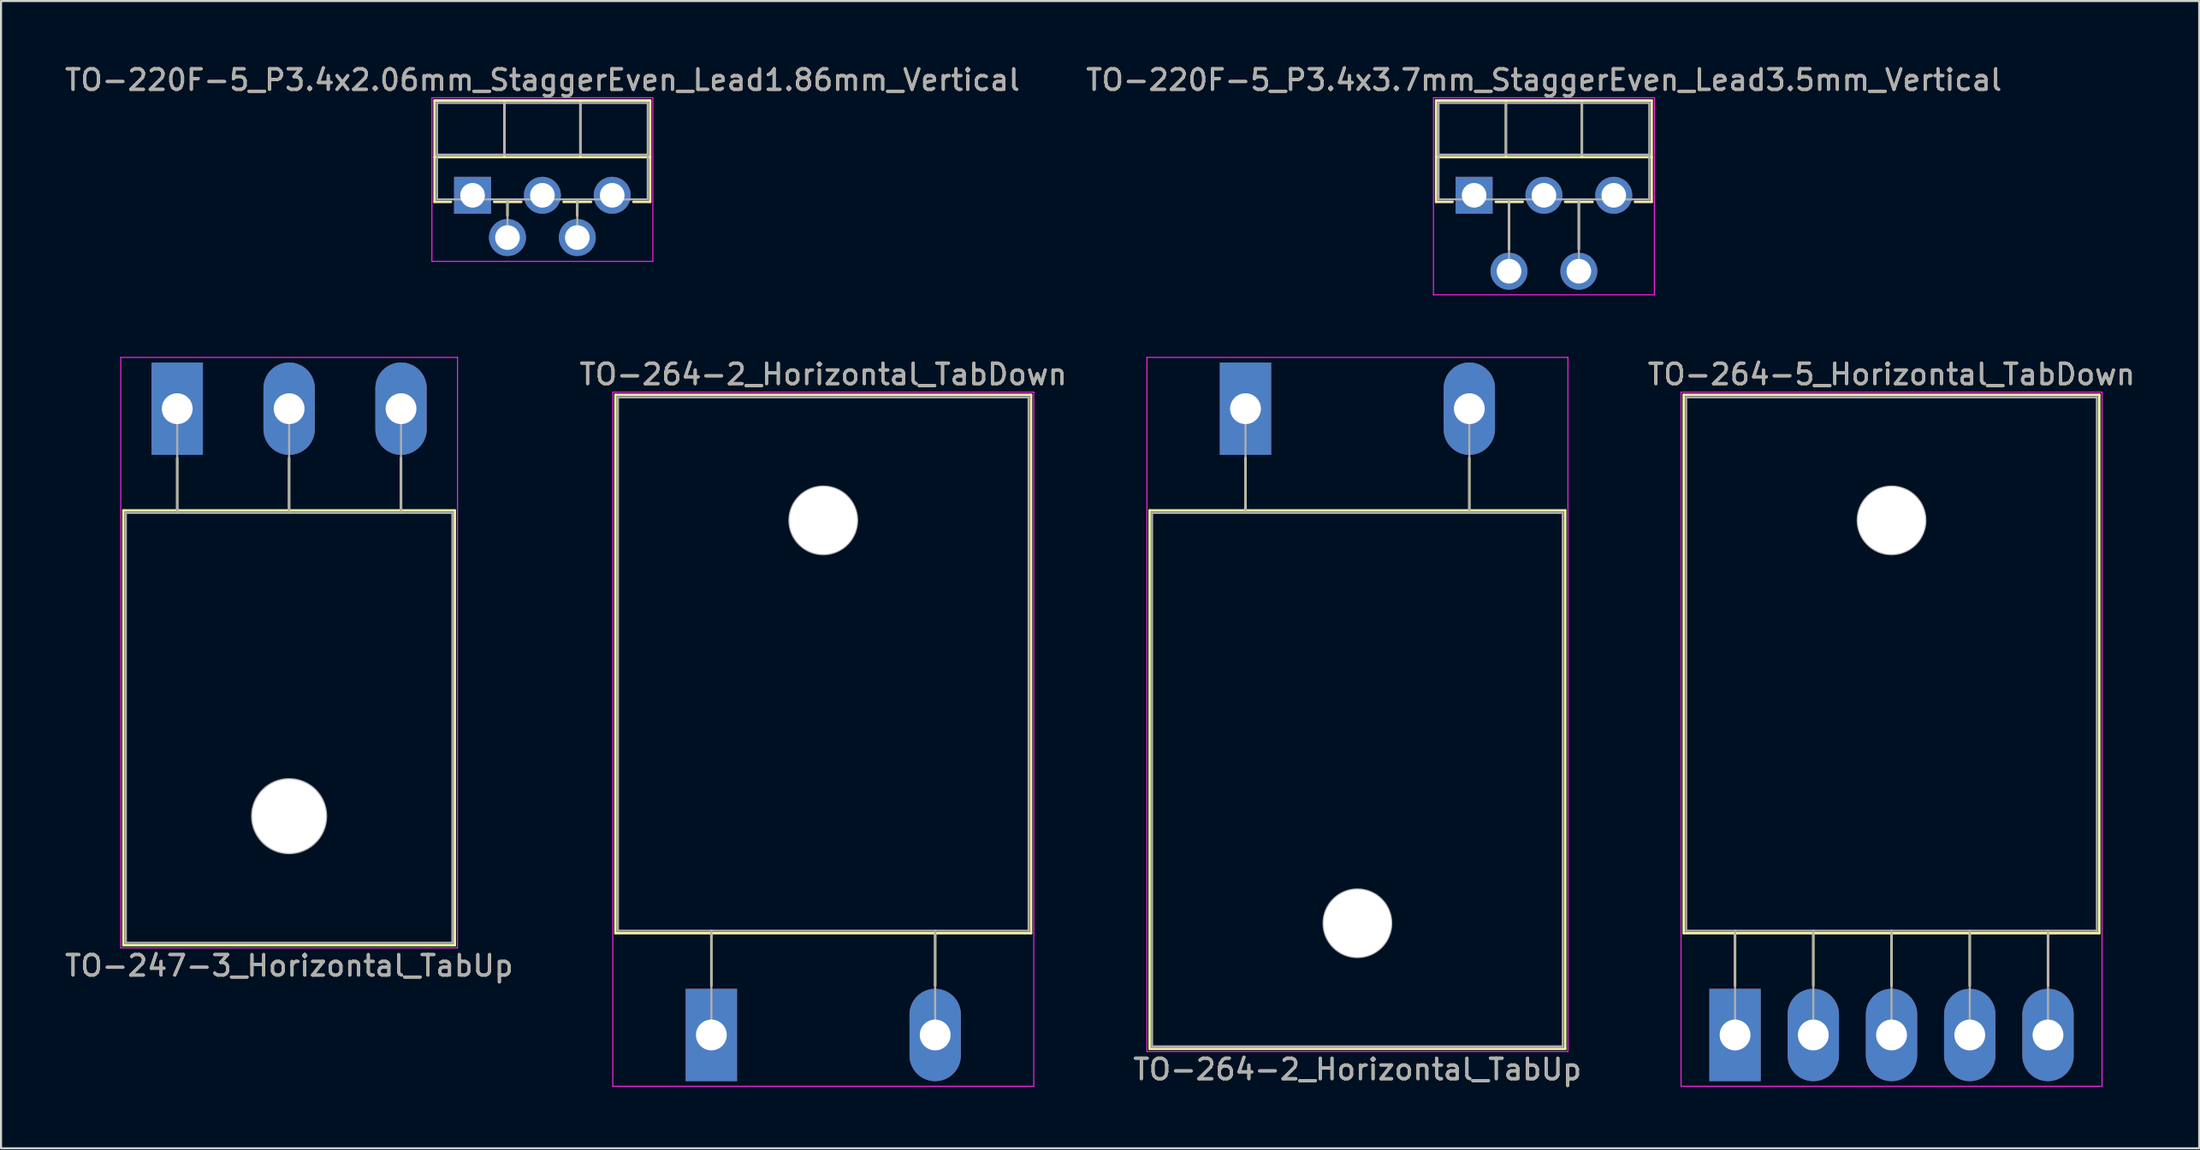
<source format=kicad_pcb>
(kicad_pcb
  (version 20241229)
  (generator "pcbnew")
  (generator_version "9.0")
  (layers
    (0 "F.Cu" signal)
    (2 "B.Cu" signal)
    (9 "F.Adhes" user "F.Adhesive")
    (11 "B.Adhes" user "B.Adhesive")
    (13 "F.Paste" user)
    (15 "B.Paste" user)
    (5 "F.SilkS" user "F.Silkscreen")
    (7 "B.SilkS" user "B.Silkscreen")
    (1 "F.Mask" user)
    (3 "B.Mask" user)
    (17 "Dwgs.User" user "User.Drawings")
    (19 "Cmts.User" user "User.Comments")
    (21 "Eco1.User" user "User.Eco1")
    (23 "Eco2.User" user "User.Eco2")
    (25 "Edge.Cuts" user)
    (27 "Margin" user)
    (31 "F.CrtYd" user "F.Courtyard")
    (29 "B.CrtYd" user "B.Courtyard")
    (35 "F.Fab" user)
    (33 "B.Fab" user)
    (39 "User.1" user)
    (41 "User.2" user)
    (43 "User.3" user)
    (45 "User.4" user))
  (footprint "TO-264-5_Horizontal_TabDown"
    (layer "F.Cu")
    (at 81.445 47.392)
    (property "Reference" "TO-264-5_Horizontal_TabDown" (at 7.62 -32.2 0) (layer "F.SilkS") (effects (font (size 1 1) (thickness 0.15))))
    (attr through_hole)
    (fp_line (start -2.5 -31.2) (end -2.5 -4.96) (stroke (width 0.12) (type solid)) (layer "F.SilkS"))
    (fp_line (start -2.5 -31.2) (end 17.74 -31.2) (stroke (width 0.12) (type solid)) (layer "F.SilkS"))
    (fp_line (start -2.5 -4.96) (end 17.74 -4.96) (stroke (width 0.12) (type solid)) (layer "F.SilkS"))
    (fp_line (start 0 -4.96) (end 0 -2.4) (stroke (width 0.12) (type solid)) (layer "F.SilkS"))
    (fp_line (start 3.81 -4.96) (end 3.81 -2.4) (stroke (width 0.12) (type solid)) (layer "F.SilkS"))
    (fp_line (start 7.62 -4.96) (end 7.62 -2.4) (stroke (width 0.12) (type solid)) (layer "F.SilkS"))
    (fp_line (start 11.43 -4.96) (end 11.43 -2.4) (stroke (width 0.12) (type solid)) (layer "F.SilkS"))
    (fp_line (start 15.24 -4.96) (end 15.24 -2.4) (stroke (width 0.12) (type solid)) (layer "F.SilkS"))
    (fp_line (start 17.74 -31.2) (end 17.74 -4.96) (stroke (width 0.12) (type solid)) (layer "F.SilkS"))
    (fp_line (start -2.63 -31.33) (end -2.63 2.5) (stroke (width 0.05) (type solid)) (layer "F.CrtYd"))
    (fp_line (start -2.63 2.5) (end 17.87 2.5) (stroke (width 0.05) (type solid)) (layer "F.CrtYd"))
    (fp_line (start 17.87 -31.33) (end -2.63 -31.33) (stroke (width 0.05) (type solid)) (layer "F.CrtYd"))
    (fp_line (start 17.87 2.5) (end 17.87 -31.33) (stroke (width 0.05) (type solid)) (layer "F.CrtYd"))
    (fp_line (start -2.38 -31.08) (end 17.62 -31.08) (stroke (width 0.1) (type solid)) (layer "F.Fab"))
    (fp_line (start -2.38 -5.08) (end -2.38 -31.08) (stroke (width 0.1) (type solid)) (layer "F.Fab"))
    (fp_line (start 0 -5.08) (end 0 0) (stroke (width 0.1) (type solid)) (layer "F.Fab"))
    (fp_line (start 3.81 -5.08) (end 3.81 0) (stroke (width 0.1) (type solid)) (layer "F.Fab"))
    (fp_line (start 7.62 -5.08) (end 7.62 0) (stroke (width 0.1) (type solid)) (layer "F.Fab"))
    (fp_line (start 11.43 -5.08) (end 11.43 0) (stroke (width 0.1) (type solid)) (layer "F.Fab"))
    (fp_line (start 15.24 -5.08) (end 15.24 0) (stroke (width 0.1) (type solid)) (layer "F.Fab"))
    (fp_line (start 17.62 -31.08) (end 17.62 -5.08) (stroke (width 0.1) (type solid)) (layer "F.Fab"))
    (fp_line (start 17.62 -5.08) (end -2.38 -5.08) (stroke (width 0.1) (type solid)) (layer "F.Fab"))
    (fp_circle (center 7.62 -25.08) (end 9.27 -25.08) (stroke (width 0.1) (type solid)) (fill no) (layer "F.Fab"))
    (fp_text user "${REFERENCE}" (at 7.62 -32.2 0) (layer "F.Fab") (effects (font (size 1 1) (thickness 0.15))))
    (pad "" np_thru_hole oval (at 7.62 -25.08) (size 3.3 3.3) (drill 3.3) (layers "*.Cu" "*.Mask"))
    (pad "1" thru_hole rect (at 0 0) (size 2.5 4.5) (drill 1.5) (layers "*.Cu" "*.Mask"))
    (pad "2" thru_hole oval (at 3.81 0) (size 2.5 4.5) (drill 1.5) (layers "*.Cu" "*.Mask"))
    (pad "3" thru_hole oval (at 7.62 0) (size 2.5 4.5) (drill 1.5) (layers "*.Cu" "*.Mask"))
    (pad "4" thru_hole oval (at 11.43 0) (size 2.5 4.5) (drill 1.5) (layers "*.Cu" "*.Mask"))
    (pad "5" thru_hole oval (at 15.24 0) (size 2.5 4.5) (drill 1.5) (layers "*.Cu" "*.Mask")))
  (footprint "TO-247-3_Horizontal_TabUp"
    (layer "F.Cu")
    (at 5.58 16.868)
    (property "Reference" "TO-247-3_Horizontal_TabUp" (at 5.45 27.15 0) (layer "F.SilkS") (effects (font (size 1 1) (thickness 0.15))))
    (attr through_hole)
    (fp_line (start -2.62 4.96) (end -2.62 26.15) (stroke (width 0.12) (type solid)) (layer "F.SilkS"))
    (fp_line (start -2.62 4.96) (end 13.52 4.96) (stroke (width 0.12) (type solid)) (layer "F.SilkS"))
    (fp_line (start -2.62 26.15) (end 13.52 26.15) (stroke (width 0.12) (type solid)) (layer "F.SilkS"))
    (fp_line (start 0 2.4) (end 0 4.96) (stroke (width 0.12) (type solid)) (layer "F.SilkS"))
    (fp_line (start 5.45 2.4) (end 5.45 4.96) (stroke (width 0.12) (type solid)) (layer "F.SilkS"))
    (fp_line (start 10.9 2.4) (end 10.9 4.96) (stroke (width 0.12) (type solid)) (layer "F.SilkS"))
    (fp_line (start 13.52 4.96) (end 13.52 26.15) (stroke (width 0.12) (type solid)) (layer "F.SilkS"))
    (fp_line (start -2.75 -2.5) (end -2.75 26.28) (stroke (width 0.05) (type solid)) (layer "F.CrtYd"))
    (fp_line (start -2.75 26.28) (end 13.65 26.28) (stroke (width 0.05) (type solid)) (layer "F.CrtYd"))
    (fp_line (start 13.65 -2.5) (end -2.75 -2.5) (stroke (width 0.05) (type solid)) (layer "F.CrtYd"))
    (fp_line (start 13.65 26.28) (end 13.65 -2.5) (stroke (width 0.05) (type solid)) (layer "F.CrtYd"))
    (fp_line (start -2.5 5.08) (end -2.5 26.03) (stroke (width 0.1) (type solid)) (layer "F.Fab"))
    (fp_line (start -2.5 26.03) (end 13.4 26.03) (stroke (width 0.1) (type solid)) (layer "F.Fab"))
    (fp_line (start 0 5.08) (end 0 0) (stroke (width 0.1) (type solid)) (layer "F.Fab"))
    (fp_line (start 5.45 5.08) (end 5.45 0) (stroke (width 0.1) (type solid)) (layer "F.Fab"))
    (fp_line (start 10.9 5.08) (end 10.9 0) (stroke (width 0.1) (type solid)) (layer "F.Fab"))
    (fp_line (start 13.4 5.08) (end -2.5 5.08) (stroke (width 0.1) (type solid)) (layer "F.Fab"))
    (fp_line (start 13.4 26.03) (end 13.4 5.08) (stroke (width 0.1) (type solid)) (layer "F.Fab"))
    (fp_circle (center 5.45 19.86) (end 7.255 19.86) (stroke (width 0.1) (type solid)) (fill no) (layer "F.Fab"))
    (fp_text user "${REFERENCE}" (at 5.45 27.15 0) (layer "F.Fab") (effects (font (size 1 1) (thickness 0.15))))
    (pad "" np_thru_hole oval (at 5.45 19.86) (size 3.6 3.6) (drill 3.6) (layers "*.Cu" "*.Mask"))
    (pad "1" thru_hole rect (at 0 0) (size 2.5 4.5) (drill 1.5) (layers "*.Cu" "*.Mask"))
    (pad "2" thru_hole oval (at 5.45 0) (size 2.5 4.5) (drill 1.5) (layers "*.Cu" "*.Mask"))
    (pad "3" thru_hole oval (at 10.9 0) (size 2.5 4.5) (drill 1.5) (layers "*.Cu" "*.Mask")))
  (footprint "TO-220F-5_P3.4x3.7mm_StaggerEven_Lead3.5mm_Vertical"
    (layer "F.Cu")
    (at 68.737 6.468)
    (property "Reference" "TO-220F-5_P3.4x3.7mm_StaggerEven_Lead3.5mm_Vertical" (at 3.4 -5.62 0) (layer "F.SilkS") (effects (font (size 1 1) (thickness 0.15))))
    (attr through_hole)
    (fp_line (start -1.85 -4.62) (end -1.85 0.321) (stroke (width 0.12) (type solid)) (layer "F.SilkS"))
    (fp_line (start -1.85 -4.62) (end 8.65 -4.62) (stroke (width 0.12) (type solid)) (layer "F.SilkS"))
    (fp_line (start -1.85 -1.861) (end 8.65 -1.861) (stroke (width 0.12) (type solid)) (layer "F.SilkS"))
    (fp_line (start -1.85 0.321) (end -1.05 0.321) (stroke (width 0.12) (type solid)) (layer "F.SilkS"))
    (fp_line (start 1.05 0.321) (end 2.369 0.321) (stroke (width 0.12) (type solid)) (layer "F.SilkS"))
    (fp_line (start 1.55 -4.62) (end 1.55 -1.861) (stroke (width 0.12) (type solid)) (layer "F.SilkS"))
    (fp_line (start 1.7 0.321) (end 1.7 2.635) (stroke (width 0.12) (type solid)) (layer "F.SilkS"))
    (fp_line (start 4.432 0.321) (end 5.769 0.321) (stroke (width 0.12) (type solid)) (layer "F.SilkS"))
    (fp_line (start 5.1 0.321) (end 5.1 2.635) (stroke (width 0.12) (type solid)) (layer "F.SilkS"))
    (fp_line (start 5.25 -4.62) (end 5.25 -1.861) (stroke (width 0.12) (type solid)) (layer "F.SilkS"))
    (fp_line (start 7.832 0.321) (end 8.65 0.321) (stroke (width 0.12) (type solid)) (layer "F.SilkS"))
    (fp_line (start 8.65 -4.62) (end 8.65 0.321) (stroke (width 0.12) (type solid)) (layer "F.SilkS"))
    (fp_line (start -1.98 -4.75) (end -1.98 4.85) (stroke (width 0.05) (type solid)) (layer "F.CrtYd"))
    (fp_line (start -1.98 4.85) (end 8.78 4.85) (stroke (width 0.05) (type solid)) (layer "F.CrtYd"))
    (fp_line (start 8.78 -4.75) (end -1.98 -4.75) (stroke (width 0.05) (type solid)) (layer "F.CrtYd"))
    (fp_line (start 8.78 4.85) (end 8.78 -4.75) (stroke (width 0.05) (type solid)) (layer "F.CrtYd"))
    (fp_line (start -1.73 -4.5) (end -1.73 0.2) (stroke (width 0.1) (type solid)) (layer "F.Fab"))
    (fp_line (start -1.73 -1.98) (end 8.53 -1.98) (stroke (width 0.1) (type solid)) (layer "F.Fab"))
    (fp_line (start -1.73 0.2) (end 8.53 0.2) (stroke (width 0.1) (type solid)) (layer "F.Fab"))
    (fp_line (start 1.55 -4.5) (end 1.55 -1.98) (stroke (width 0.1) (type solid)) (layer "F.Fab"))
    (fp_line (start 1.7 0.2) (end 1.7 3.7) (stroke (width 0.1) (type solid)) (layer "F.Fab"))
    (fp_line (start 5.1 0.2) (end 5.1 3.7) (stroke (width 0.1) (type solid)) (layer "F.Fab"))
    (fp_line (start 5.25 -4.5) (end 5.25 -1.98) (stroke (width 0.1) (type solid)) (layer "F.Fab"))
    (fp_line (start 8.53 -4.5) (end -1.73 -4.5) (stroke (width 0.1) (type solid)) (layer "F.Fab"))
    (fp_line (start 8.53 0.2) (end 8.53 -4.5) (stroke (width 0.1) (type solid)) (layer "F.Fab"))
    (fp_text user "${REFERENCE}" (at 3.4 -5.62 0) (layer "F.Fab") (effects (font (size 1 1) (thickness 0.15))))
    (pad "1" thru_hole rect (at 0 0) (size 1.8 1.8) (drill 1.2) (layers "*.Cu" "*.Mask"))
    (pad "2" thru_hole oval (at 1.7 3.7) (size 1.8 1.8) (drill 1.2) (layers "*.Cu" "*.Mask"))
    (pad "3" thru_hole oval (at 3.4 0) (size 1.8 1.8) (drill 1.2) (layers "*.Cu" "*.Mask"))
    (pad "4" thru_hole oval (at 5.1 3.7) (size 1.8 1.8) (drill 1.2) (layers "*.Cu" "*.Mask"))
    (pad "5" thru_hole oval (at 6.8 0) (size 1.8 1.8) (drill 1.2) (layers "*.Cu" "*.Mask")))
  (footprint "TO-220F-5_P3.4x2.06mm_StaggerEven_Lead1.86mm_Vertical"
    (layer "F.Cu")
    (at 19.963 6.468)
    (property "Reference" "TO-220F-5_P3.4x2.06mm_StaggerEven_Lead1.86mm_Vertical" (at 3.4 -5.62 0) (layer "F.SilkS") (effects (font (size 1 1) (thickness 0.15))))
    (attr through_hole)
    (fp_line (start -1.85 -4.62) (end -1.85 0.321) (stroke (width 0.12) (type solid)) (layer "F.SilkS"))
    (fp_line (start -1.85 -4.62) (end 8.65 -4.62) (stroke (width 0.12) (type solid)) (layer "F.SilkS"))
    (fp_line (start -1.85 -1.861) (end 8.65 -1.861) (stroke (width 0.12) (type solid)) (layer "F.SilkS"))
    (fp_line (start -1.85 0.321) (end -1.05 0.321) (stroke (width 0.12) (type solid)) (layer "F.SilkS"))
    (fp_line (start 1.05 0.321) (end 2.369 0.321) (stroke (width 0.12) (type solid)) (layer "F.SilkS"))
    (fp_line (start 1.55 -4.62) (end 1.55 -1.861) (stroke (width 0.12) (type solid)) (layer "F.SilkS"))
    (fp_line (start 1.7 0.321) (end 1.7 0.995) (stroke (width 0.12) (type solid)) (layer "F.SilkS"))
    (fp_line (start 4.432 0.321) (end 5.769 0.321) (stroke (width 0.12) (type solid)) (layer "F.SilkS"))
    (fp_line (start 5.1 0.321) (end 5.1 0.995) (stroke (width 0.12) (type solid)) (layer "F.SilkS"))
    (fp_line (start 5.25 -4.62) (end 5.25 -1.861) (stroke (width 0.12) (type solid)) (layer "F.SilkS"))
    (fp_line (start 7.832 0.321) (end 8.65 0.321) (stroke (width 0.12) (type solid)) (layer "F.SilkS"))
    (fp_line (start 8.65 -4.62) (end 8.65 0.321) (stroke (width 0.12) (type solid)) (layer "F.SilkS"))
    (fp_line (start -1.98 -4.75) (end -1.98 3.22) (stroke (width 0.05) (type solid)) (layer "F.CrtYd"))
    (fp_line (start -1.98 3.22) (end 8.78 3.22) (stroke (width 0.05) (type solid)) (layer "F.CrtYd"))
    (fp_line (start 8.78 -4.75) (end -1.98 -4.75) (stroke (width 0.05) (type solid)) (layer "F.CrtYd"))
    (fp_line (start 8.78 3.22) (end 8.78 -4.75) (stroke (width 0.05) (type solid)) (layer "F.CrtYd"))
    (fp_line (start -1.73 -4.5) (end -1.73 0.2) (stroke (width 0.1) (type solid)) (layer "F.Fab"))
    (fp_line (start -1.73 -1.98) (end 8.53 -1.98) (stroke (width 0.1) (type solid)) (layer "F.Fab"))
    (fp_line (start -1.73 0.2) (end 8.53 0.2) (stroke (width 0.1) (type solid)) (layer "F.Fab"))
    (fp_line (start 1.55 -4.5) (end 1.55 -1.98) (stroke (width 0.1) (type solid)) (layer "F.Fab"))
    (fp_line (start 1.7 0.2) (end 1.7 2.06) (stroke (width 0.1) (type solid)) (layer "F.Fab"))
    (fp_line (start 5.1 0.2) (end 5.1 2.06) (stroke (width 0.1) (type solid)) (layer "F.Fab"))
    (fp_line (start 5.25 -4.5) (end 5.25 -1.98) (stroke (width 0.1) (type solid)) (layer "F.Fab"))
    (fp_line (start 8.53 -4.5) (end -1.73 -4.5) (stroke (width 0.1) (type solid)) (layer "F.Fab"))
    (fp_line (start 8.53 0.2) (end 8.53 -4.5) (stroke (width 0.1) (type solid)) (layer "F.Fab"))
    (fp_text user "${REFERENCE}" (at 3.4 -5.62 0) (layer "F.Fab") (effects (font (size 1 1) (thickness 0.15))))
    (pad "1" thru_hole rect (at 0 0) (size 1.8 1.8) (drill 1.2) (layers "*.Cu" "*.Mask"))
    (pad "2" thru_hole oval (at 1.7 2.06) (size 1.8 1.8) (drill 1.2) (layers "*.Cu" "*.Mask"))
    (pad "3" thru_hole oval (at 3.4 0) (size 1.8 1.8) (drill 1.2) (layers "*.Cu" "*.Mask"))
    (pad "4" thru_hole oval (at 5.1 2.06) (size 1.8 1.8) (drill 1.2) (layers "*.Cu" "*.Mask"))
    (pad "5" thru_hole oval (at 6.8 0) (size 1.8 1.8) (drill 1.2) (layers "*.Cu" "*.Mask")))
  (footprint "TO-264-2_Horizontal_TabDown"
    (layer "F.Cu")
    (at 31.592 47.392)
    (property "Reference" "TO-264-2_Horizontal_TabDown" (at 5.45 -32.2 0) (layer "F.SilkS") (effects (font (size 1 1) (thickness 0.15))))
    (attr through_hole)
    (fp_line (start -4.67 -31.2) (end -4.67 -4.96) (stroke (width 0.12) (type solid)) (layer "F.SilkS"))
    (fp_line (start -4.67 -31.2) (end 15.57 -31.2) (stroke (width 0.12) (type solid)) (layer "F.SilkS"))
    (fp_line (start -4.67 -4.96) (end 15.57 -4.96) (stroke (width 0.12) (type solid)) (layer "F.SilkS"))
    (fp_line (start 0 -4.96) (end 0 -2.4) (stroke (width 0.12) (type solid)) (layer "F.SilkS"))
    (fp_line (start 10.9 -4.96) (end 10.9 -2.4) (stroke (width 0.12) (type solid)) (layer "F.SilkS"))
    (fp_line (start 15.57 -31.2) (end 15.57 -4.96) (stroke (width 0.12) (type solid)) (layer "F.SilkS"))
    (fp_line (start -4.8 -31.33) (end -4.8 2.5) (stroke (width 0.05) (type solid)) (layer "F.CrtYd"))
    (fp_line (start -4.8 2.5) (end 15.7 2.5) (stroke (width 0.05) (type solid)) (layer "F.CrtYd"))
    (fp_line (start 15.7 -31.33) (end -4.8 -31.33) (stroke (width 0.05) (type solid)) (layer "F.CrtYd"))
    (fp_line (start 15.7 2.5) (end 15.7 -31.33) (stroke (width 0.05) (type solid)) (layer "F.CrtYd"))
    (fp_line (start -4.55 -31.08) (end 15.45 -31.08) (stroke (width 0.1) (type solid)) (layer "F.Fab"))
    (fp_line (start -4.55 -5.08) (end -4.55 -31.08) (stroke (width 0.1) (type solid)) (layer "F.Fab"))
    (fp_line (start 0 -5.08) (end 0 0) (stroke (width 0.1) (type solid)) (layer "F.Fab"))
    (fp_line (start 10.9 -5.08) (end 10.9 0) (stroke (width 0.1) (type solid)) (layer "F.Fab"))
    (fp_line (start 15.45 -31.08) (end 15.45 -5.08) (stroke (width 0.1) (type solid)) (layer "F.Fab"))
    (fp_line (start 15.45 -5.08) (end -4.55 -5.08) (stroke (width 0.1) (type solid)) (layer "F.Fab"))
    (fp_circle (center 5.45 -25.08) (end 7.1 -25.08) (stroke (width 0.1) (type solid)) (fill no) (layer "F.Fab"))
    (fp_text user "${REFERENCE}" (at 5.45 -32.2 0) (layer "F.Fab") (effects (font (size 1 1) (thickness 0.15))))
    (pad "" np_thru_hole oval (at 5.45 -25.08) (size 3.3 3.3) (drill 3.3) (layers "*.Cu" "*.Mask"))
    (pad "1" thru_hole rect (at 0 0) (size 2.5 4.5) (drill 1.5) (layers "*.Cu" "*.Mask"))
    (pad "2" thru_hole oval (at 10.9 0) (size 2.5 4.5) (drill 1.5) (layers "*.Cu" "*.Mask")))
  (footprint "TO-264-2_Horizontal_TabUp"
    (layer "F.Cu")
    (at 57.604 16.868)
    (property "Reference" "TO-264-2_Horizontal_TabUp" (at 5.45 32.2 0) (layer "F.SilkS") (effects (font (size 1 1) (thickness 0.15))))
    (attr through_hole)
    (fp_line (start -4.67 4.96) (end -4.67 31.2) (stroke (width 0.12) (type solid)) (layer "F.SilkS"))
    (fp_line (start -4.67 4.96) (end 15.57 4.96) (stroke (width 0.12) (type solid)) (layer "F.SilkS"))
    (fp_line (start -4.67 31.2) (end 15.57 31.2) (stroke (width 0.12) (type solid)) (layer "F.SilkS"))
    (fp_line (start 0 2.4) (end 0 4.96) (stroke (width 0.12) (type solid)) (layer "F.SilkS"))
    (fp_line (start 10.9 2.4) (end 10.9 4.96) (stroke (width 0.12) (type solid)) (layer "F.SilkS"))
    (fp_line (start 15.57 4.96) (end 15.57 31.2) (stroke (width 0.12) (type solid)) (layer "F.SilkS"))
    (fp_line (start -4.8 -2.5) (end -4.8 31.33) (stroke (width 0.05) (type solid)) (layer "F.CrtYd"))
    (fp_line (start -4.8 31.33) (end 15.7 31.33) (stroke (width 0.05) (type solid)) (layer "F.CrtYd"))
    (fp_line (start 15.7 -2.5) (end -4.8 -2.5) (stroke (width 0.05) (type solid)) (layer "F.CrtYd"))
    (fp_line (start 15.7 31.33) (end 15.7 -2.5) (stroke (width 0.05) (type solid)) (layer "F.CrtYd"))
    (fp_line (start -4.55 5.08) (end -4.55 31.08) (stroke (width 0.1) (type solid)) (layer "F.Fab"))
    (fp_line (start -4.55 31.08) (end 15.45 31.08) (stroke (width 0.1) (type solid)) (layer "F.Fab"))
    (fp_line (start 0 5.08) (end 0 0) (stroke (width 0.1) (type solid)) (layer "F.Fab"))
    (fp_line (start 10.9 5.08) (end 10.9 0) (stroke (width 0.1) (type solid)) (layer "F.Fab"))
    (fp_line (start 15.45 5.08) (end -4.55 5.08) (stroke (width 0.1) (type solid)) (layer "F.Fab"))
    (fp_line (start 15.45 31.08) (end 15.45 5.08) (stroke (width 0.1) (type solid)) (layer "F.Fab"))
    (fp_circle (center 5.45 25.08) (end 7.1 25.08) (stroke (width 0.1) (type solid)) (fill no) (layer "F.Fab"))
    (fp_text user "${REFERENCE}" (at 5.45 32.2 0) (layer "F.Fab") (effects (font (size 1 1) (thickness 0.15))))
    (pad "" np_thru_hole oval (at 5.45 25.08) (size 3.3 3.3) (drill 3.3) (layers "*.Cu" "*.Mask"))
    (pad "1" thru_hole rect (at 0 0) (size 2.5 4.5) (drill 1.5) (layers "*.Cu" "*.Mask"))
    (pad "2" thru_hole oval (at 10.9 0) (size 2.5 4.5) (drill 1.5) (layers "*.Cu" "*.Mask")))
  (gr_rect
    (start -3 -3)
    (end 104.048 52.916)
    (stroke (width 0.1) (type default))
    (fill no)
    (layer "Edge.Cuts")))
</source>
